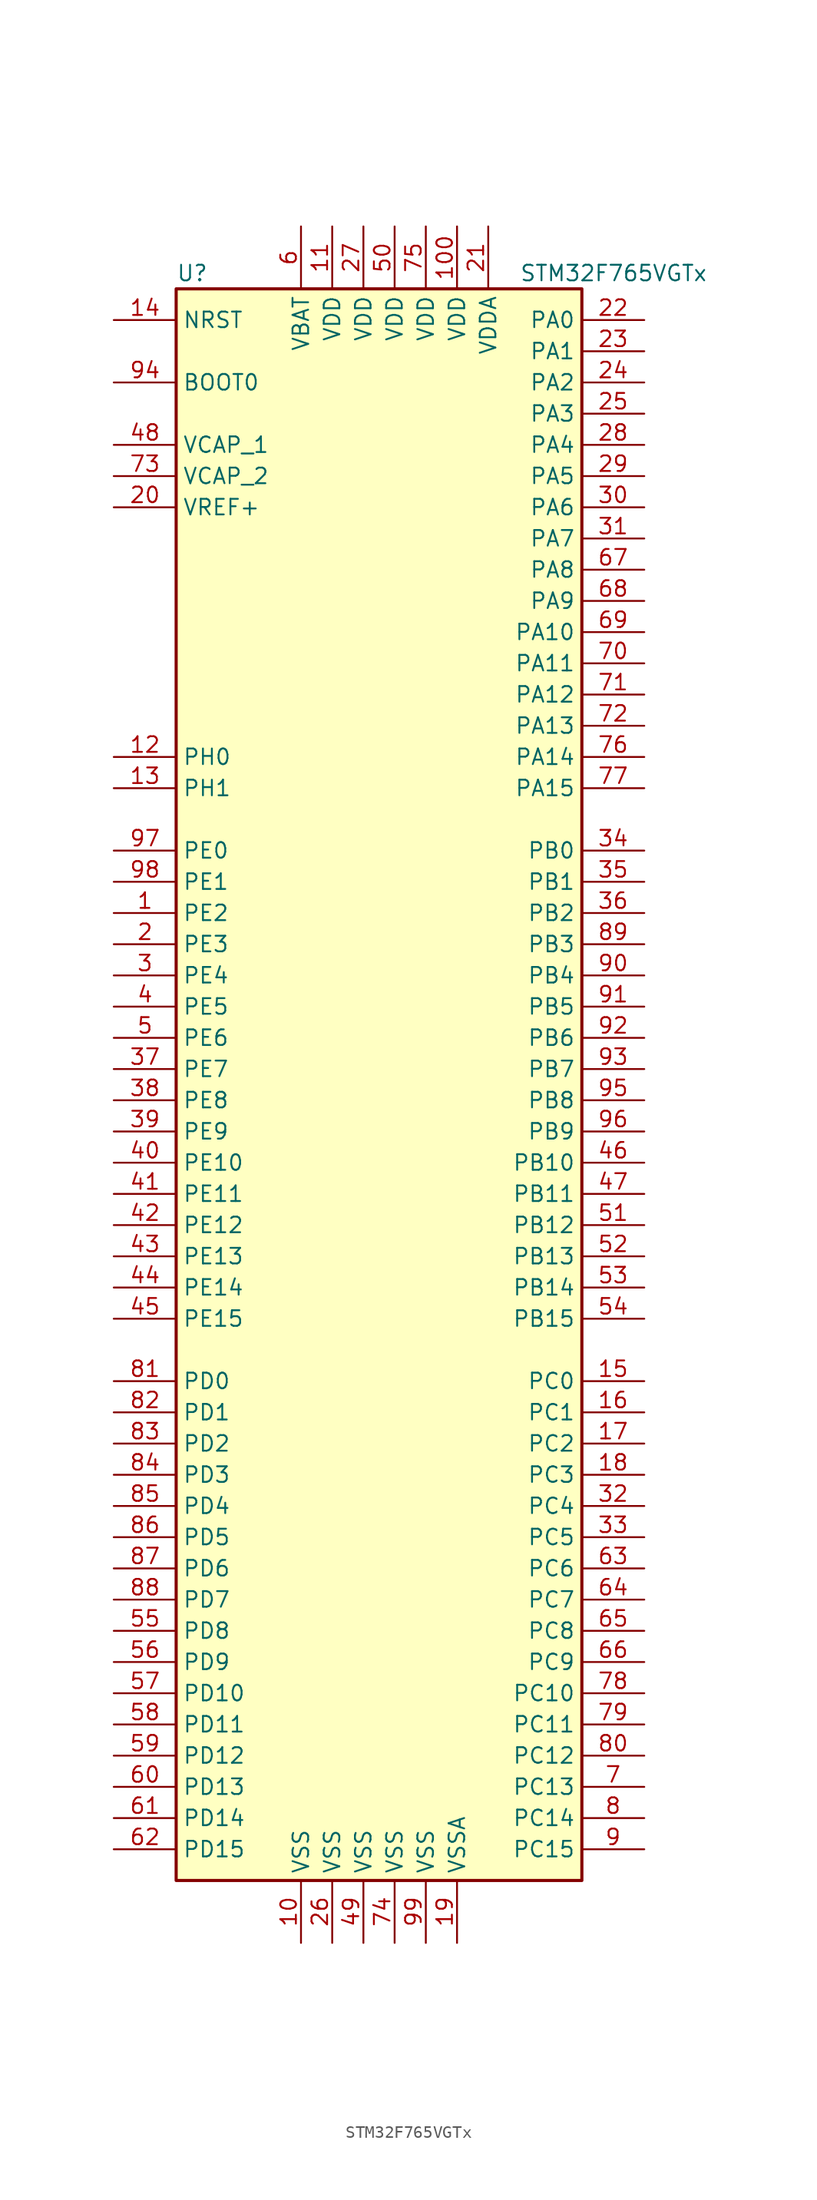
<source format=kicad_sym>
(kicad_symbol_lib
  (version 20201005)
  (generator kicad_symbol_editor)
  (symbol "STM32F765VGTx"
    (property "Reference" "U"
      (at -17.78 64.77 0)
      (effects (font (size 1.27 1.27)) (justify left)))
    (property "Value" "STM32F765VGTx"
      (at 10.16 64.77 0)
      (effects (font (size 1.27 1.27)) (justify left)))
    (symbol "STM32F765VGTx_0_1"
      (rectangle (start -17.78 -66.04) (end 15.24 63.5) (stroke (width 0.254)) (fill (type background))))
    (symbol "STM32F765VGTx_1_1"
      (pin input line (at -22.86 55.88 0) (length 5.08) (name "BOOT0" (effects (font (size 1.27 1.27)))) (number "94" (effects (font (size 1.27 1.27)))))
      (pin input line (at -22.86 60.96 0) (length 5.08) (name "NRST" (effects (font (size 1.27 1.27)))) (number "14" (effects (font (size 1.27 1.27)))))
      (pin bidirectional line (at 20.32 60.96 180) (length 5.08) (name "PA0" (effects (font (size 1.27 1.27)))) (number "22" (effects (font (size 1.27 1.27)))))
      (pin bidirectional line (at 20.32 58.42 180) (length 5.08) (name "PA1" (effects (font (size 1.27 1.27)))) (number "23" (effects (font (size 1.27 1.27)))))
      (pin bidirectional line (at 20.32 35.56 180) (length 5.08) (name "PA10" (effects (font (size 1.27 1.27)))) (number "69" (effects (font (size 1.27 1.27)))))
      (pin bidirectional line (at 20.32 33.02 180) (length 5.08) (name "PA11" (effects (font (size 1.27 1.27)))) (number "70" (effects (font (size 1.27 1.27)))))
      (pin bidirectional line (at 20.32 30.48 180) (length 5.08) (name "PA12" (effects (font (size 1.27 1.27)))) (number "71" (effects (font (size 1.27 1.27)))))
      (pin bidirectional line (at 20.32 27.94 180) (length 5.08) (name "PA13" (effects (font (size 1.27 1.27)))) (number "72" (effects (font (size 1.27 1.27)))))
      (pin bidirectional line (at 20.32 25.4 180) (length 5.08) (name "PA14" (effects (font (size 1.27 1.27)))) (number "76" (effects (font (size 1.27 1.27)))))
      (pin bidirectional line (at 20.32 22.86 180) (length 5.08) (name "PA15" (effects (font (size 1.27 1.27)))) (number "77" (effects (font (size 1.27 1.27)))))
      (pin bidirectional line (at 20.32 55.88 180) (length 5.08) (name "PA2" (effects (font (size 1.27 1.27)))) (number "24" (effects (font (size 1.27 1.27)))))
      (pin bidirectional line (at 20.32 53.34 180) (length 5.08) (name "PA3" (effects (font (size 1.27 1.27)))) (number "25" (effects (font (size 1.27 1.27)))))
      (pin bidirectional line (at 20.32 50.8 180) (length 5.08) (name "PA4" (effects (font (size 1.27 1.27)))) (number "28" (effects (font (size 1.27 1.27)))))
      (pin bidirectional line (at 20.32 48.26 180) (length 5.08) (name "PA5" (effects (font (size 1.27 1.27)))) (number "29" (effects (font (size 1.27 1.27)))))
      (pin bidirectional line (at 20.32 45.72 180) (length 5.08) (name "PA6" (effects (font (size 1.27 1.27)))) (number "30" (effects (font (size 1.27 1.27)))))
      (pin bidirectional line (at 20.32 43.18 180) (length 5.08) (name "PA7" (effects (font (size 1.27 1.27)))) (number "31" (effects (font (size 1.27 1.27)))))
      (pin bidirectional line (at 20.32 40.64 180) (length 5.08) (name "PA8" (effects (font (size 1.27 1.27)))) (number "67" (effects (font (size 1.27 1.27)))))
      (pin bidirectional line (at 20.32 38.1 180) (length 5.08) (name "PA9" (effects (font (size 1.27 1.27)))) (number "68" (effects (font (size 1.27 1.27)))))
      (pin bidirectional line (at 20.32 17.78 180) (length 5.08) (name "PB0" (effects (font (size 1.27 1.27)))) (number "34" (effects (font (size 1.27 1.27)))))
      (pin bidirectional line (at 20.32 15.24 180) (length 5.08) (name "PB1" (effects (font (size 1.27 1.27)))) (number "35" (effects (font (size 1.27 1.27)))))
      (pin bidirectional line (at 20.32 -7.62 180) (length 5.08) (name "PB10" (effects (font (size 1.27 1.27)))) (number "46" (effects (font (size 1.27 1.27)))))
      (pin bidirectional line (at 20.32 -10.16 180) (length 5.08) (name "PB11" (effects (font (size 1.27 1.27)))) (number "47" (effects (font (size 1.27 1.27)))))
      (pin bidirectional line (at 20.32 -12.7 180) (length 5.08) (name "PB12" (effects (font (size 1.27 1.27)))) (number "51" (effects (font (size 1.27 1.27)))))
      (pin bidirectional line (at 20.32 -15.24 180) (length 5.08) (name "PB13" (effects (font (size 1.27 1.27)))) (number "52" (effects (font (size 1.27 1.27)))))
      (pin bidirectional line (at 20.32 -17.78 180) (length 5.08) (name "PB14" (effects (font (size 1.27 1.27)))) (number "53" (effects (font (size 1.27 1.27)))))
      (pin bidirectional line (at 20.32 -20.32 180) (length 5.08) (name "PB15" (effects (font (size 1.27 1.27)))) (number "54" (effects (font (size 1.27 1.27)))))
      (pin bidirectional line (at 20.32 12.7 180) (length 5.08) (name "PB2" (effects (font (size 1.27 1.27)))) (number "36" (effects (font (size 1.27 1.27)))))
      (pin bidirectional line (at 20.32 10.16 180) (length 5.08) (name "PB3" (effects (font (size 1.27 1.27)))) (number "89" (effects (font (size 1.27 1.27)))))
      (pin bidirectional line (at 20.32 7.62 180) (length 5.08) (name "PB4" (effects (font (size 1.27 1.27)))) (number "90" (effects (font (size 1.27 1.27)))))
      (pin bidirectional line (at 20.32 5.08 180) (length 5.08) (name "PB5" (effects (font (size 1.27 1.27)))) (number "91" (effects (font (size 1.27 1.27)))))
      (pin bidirectional line (at 20.32 2.54 180) (length 5.08) (name "PB6" (effects (font (size 1.27 1.27)))) (number "92" (effects (font (size 1.27 1.27)))))
      (pin bidirectional line (at 20.32 0 180) (length 5.08) (name "PB7" (effects (font (size 1.27 1.27)))) (number "93" (effects (font (size 1.27 1.27)))))
      (pin bidirectional line (at 20.32 -2.54 180) (length 5.08) (name "PB8" (effects (font (size 1.27 1.27)))) (number "95" (effects (font (size 1.27 1.27)))))
      (pin bidirectional line (at 20.32 -5.08 180) (length 5.08) (name "PB9" (effects (font (size 1.27 1.27)))) (number "96" (effects (font (size 1.27 1.27)))))
      (pin bidirectional line (at 20.32 -25.4 180) (length 5.08) (name "PC0" (effects (font (size 1.27 1.27)))) (number "15" (effects (font (size 1.27 1.27)))))
      (pin bidirectional line (at 20.32 -27.94 180) (length 5.08) (name "PC1" (effects (font (size 1.27 1.27)))) (number "16" (effects (font (size 1.27 1.27)))))
      (pin bidirectional line (at 20.32 -50.8 180) (length 5.08) (name "PC10" (effects (font (size 1.27 1.27)))) (number "78" (effects (font (size 1.27 1.27)))))
      (pin bidirectional line (at 20.32 -53.34 180) (length 5.08) (name "PC11" (effects (font (size 1.27 1.27)))) (number "79" (effects (font (size 1.27 1.27)))))
      (pin bidirectional line (at 20.32 -55.88 180) (length 5.08) (name "PC12" (effects (font (size 1.27 1.27)))) (number "80" (effects (font (size 1.27 1.27)))))
      (pin bidirectional line (at 20.32 -58.42 180) (length 5.08) (name "PC13" (effects (font (size 1.27 1.27)))) (number "7" (effects (font (size 1.27 1.27)))))
      (pin bidirectional line (at 20.32 -60.96 180) (length 5.08) (name "PC14" (effects (font (size 1.27 1.27)))) (number "8" (effects (font (size 1.27 1.27)))))
      (pin bidirectional line (at 20.32 -63.5 180) (length 5.08) (name "PC15" (effects (font (size 1.27 1.27)))) (number "9" (effects (font (size 1.27 1.27)))))
      (pin bidirectional line (at 20.32 -30.48 180) (length 5.08) (name "PC2" (effects (font (size 1.27 1.27)))) (number "17" (effects (font (size 1.27 1.27)))))
      (pin bidirectional line (at 20.32 -33.02 180) (length 5.08) (name "PC3" (effects (font (size 1.27 1.27)))) (number "18" (effects (font (size 1.27 1.27)))))
      (pin bidirectional line (at 20.32 -35.56 180) (length 5.08) (name "PC4" (effects (font (size 1.27 1.27)))) (number "32" (effects (font (size 1.27 1.27)))))
      (pin bidirectional line (at 20.32 -38.1 180) (length 5.08) (name "PC5" (effects (font (size 1.27 1.27)))) (number "33" (effects (font (size 1.27 1.27)))))
      (pin bidirectional line (at 20.32 -40.64 180) (length 5.08) (name "PC6" (effects (font (size 1.27 1.27)))) (number "63" (effects (font (size 1.27 1.27)))))
      (pin bidirectional line (at 20.32 -43.18 180) (length 5.08) (name "PC7" (effects (font (size 1.27 1.27)))) (number "64" (effects (font (size 1.27 1.27)))))
      (pin bidirectional line (at 20.32 -45.72 180) (length 5.08) (name "PC8" (effects (font (size 1.27 1.27)))) (number "65" (effects (font (size 1.27 1.27)))))
      (pin bidirectional line (at 20.32 -48.26 180) (length 5.08) (name "PC9" (effects (font (size 1.27 1.27)))) (number "66" (effects (font (size 1.27 1.27)))))
      (pin bidirectional line (at -22.86 -25.4 0) (length 5.08) (name "PD0" (effects (font (size 1.27 1.27)))) (number "81" (effects (font (size 1.27 1.27)))))
      (pin bidirectional line (at -22.86 -27.94 0) (length 5.08) (name "PD1" (effects (font (size 1.27 1.27)))) (number "82" (effects (font (size 1.27 1.27)))))
      (pin bidirectional line (at -22.86 -50.8 0) (length 5.08) (name "PD10" (effects (font (size 1.27 1.27)))) (number "57" (effects (font (size 1.27 1.27)))))
      (pin bidirectional line (at -22.86 -53.34 0) (length 5.08) (name "PD11" (effects (font (size 1.27 1.27)))) (number "58" (effects (font (size 1.27 1.27)))))
      (pin bidirectional line (at -22.86 -55.88 0) (length 5.08) (name "PD12" (effects (font (size 1.27 1.27)))) (number "59" (effects (font (size 1.27 1.27)))))
      (pin bidirectional line (at -22.86 -58.42 0) (length 5.08) (name "PD13" (effects (font (size 1.27 1.27)))) (number "60" (effects (font (size 1.27 1.27)))))
      (pin bidirectional line (at -22.86 -60.96 0) (length 5.08) (name "PD14" (effects (font (size 1.27 1.27)))) (number "61" (effects (font (size 1.27 1.27)))))
      (pin bidirectional line (at -22.86 -63.5 0) (length 5.08) (name "PD15" (effects (font (size 1.27 1.27)))) (number "62" (effects (font (size 1.27 1.27)))))
      (pin bidirectional line (at -22.86 -30.48 0) (length 5.08) (name "PD2" (effects (font (size 1.27 1.27)))) (number "83" (effects (font (size 1.27 1.27)))))
      (pin bidirectional line (at -22.86 -33.02 0) (length 5.08) (name "PD3" (effects (font (size 1.27 1.27)))) (number "84" (effects (font (size 1.27 1.27)))))
      (pin bidirectional line (at -22.86 -35.56 0) (length 5.08) (name "PD4" (effects (font (size 1.27 1.27)))) (number "85" (effects (font (size 1.27 1.27)))))
      (pin bidirectional line (at -22.86 -38.1 0) (length 5.08) (name "PD5" (effects (font (size 1.27 1.27)))) (number "86" (effects (font (size 1.27 1.27)))))
      (pin bidirectional line (at -22.86 -40.64 0) (length 5.08) (name "PD6" (effects (font (size 1.27 1.27)))) (number "87" (effects (font (size 1.27 1.27)))))
      (pin bidirectional line (at -22.86 -43.18 0) (length 5.08) (name "PD7" (effects (font (size 1.27 1.27)))) (number "88" (effects (font (size 1.27 1.27)))))
      (pin bidirectional line (at -22.86 -45.72 0) (length 5.08) (name "PD8" (effects (font (size 1.27 1.27)))) (number "55" (effects (font (size 1.27 1.27)))))
      (pin bidirectional line (at -22.86 -48.26 0) (length 5.08) (name "PD9" (effects (font (size 1.27 1.27)))) (number "56" (effects (font (size 1.27 1.27)))))
      (pin bidirectional line (at -22.86 17.78 0) (length 5.08) (name "PE0" (effects (font (size 1.27 1.27)))) (number "97" (effects (font (size 1.27 1.27)))))
      (pin bidirectional line (at -22.86 15.24 0) (length 5.08) (name "PE1" (effects (font (size 1.27 1.27)))) (number "98" (effects (font (size 1.27 1.27)))))
      (pin bidirectional line (at -22.86 -7.62 0) (length 5.08) (name "PE10" (effects (font (size 1.27 1.27)))) (number "40" (effects (font (size 1.27 1.27)))))
      (pin bidirectional line (at -22.86 -10.16 0) (length 5.08) (name "PE11" (effects (font (size 1.27 1.27)))) (number "41" (effects (font (size 1.27 1.27)))))
      (pin bidirectional line (at -22.86 -12.7 0) (length 5.08) (name "PE12" (effects (font (size 1.27 1.27)))) (number "42" (effects (font (size 1.27 1.27)))))
      (pin bidirectional line (at -22.86 -15.24 0) (length 5.08) (name "PE13" (effects (font (size 1.27 1.27)))) (number "43" (effects (font (size 1.27 1.27)))))
      (pin bidirectional line (at -22.86 -17.78 0) (length 5.08) (name "PE14" (effects (font (size 1.27 1.27)))) (number "44" (effects (font (size 1.27 1.27)))))
      (pin bidirectional line (at -22.86 -20.32 0) (length 5.08) (name "PE15" (effects (font (size 1.27 1.27)))) (number "45" (effects (font (size 1.27 1.27)))))
      (pin bidirectional line (at -22.86 12.7 0) (length 5.08) (name "PE2" (effects (font (size 1.27 1.27)))) (number "1" (effects (font (size 1.27 1.27)))))
      (pin bidirectional line (at -22.86 10.16 0) (length 5.08) (name "PE3" (effects (font (size 1.27 1.27)))) (number "2" (effects (font (size 1.27 1.27)))))
      (pin bidirectional line (at -22.86 7.62 0) (length 5.08) (name "PE4" (effects (font (size 1.27 1.27)))) (number "3" (effects (font (size 1.27 1.27)))))
      (pin bidirectional line (at -22.86 5.08 0) (length 5.08) (name "PE5" (effects (font (size 1.27 1.27)))) (number "4" (effects (font (size 1.27 1.27)))))
      (pin bidirectional line (at -22.86 2.54 0) (length 5.08) (name "PE6" (effects (font (size 1.27 1.27)))) (number "5" (effects (font (size 1.27 1.27)))))
      (pin bidirectional line (at -22.86 0 0) (length 5.08) (name "PE7" (effects (font (size 1.27 1.27)))) (number "37" (effects (font (size 1.27 1.27)))))
      (pin bidirectional line (at -22.86 -2.54 0) (length 5.08) (name "PE8" (effects (font (size 1.27 1.27)))) (number "38" (effects (font (size 1.27 1.27)))))
      (pin bidirectional line (at -22.86 -5.08 0) (length 5.08) (name "PE9" (effects (font (size 1.27 1.27)))) (number "39" (effects (font (size 1.27 1.27)))))
      (pin input line (at -22.86 25.4 0) (length 5.08) (name "PH0" (effects (font (size 1.27 1.27)))) (number "12" (effects (font (size 1.27 1.27)))))
      (pin input line (at -22.86 22.86 0) (length 5.08) (name "PH1" (effects (font (size 1.27 1.27)))) (number "13" (effects (font (size 1.27 1.27)))))
      (pin power_in line (at -7.62 68.58 270) (length 5.08) (name "VBAT" (effects (font (size 1.27 1.27)))) (number "6" (effects (font (size 1.27 1.27)))))
      (pin power_in line (at -22.86 50.8 0) (length 5.08) (name "VCAP_1" (effects (font (size 1.27 1.27)))) (number "48" (effects (font (size 1.27 1.27)))))
      (pin power_in line (at -22.86 48.26 0) (length 5.08) (name "VCAP_2" (effects (font (size 1.27 1.27)))) (number "73" (effects (font (size 1.27 1.27)))))
      (pin power_in line (at 5.08 68.58 270) (length 5.08) (name "VDD" (effects (font (size 1.27 1.27)))) (number "100" (effects (font (size 1.27 1.27)))))
      (pin power_in line (at -5.08 68.58 270) (length 5.08) (name "VDD" (effects (font (size 1.27 1.27)))) (number "11" (effects (font (size 1.27 1.27)))))
      (pin power_in line (at -2.54 68.58 270) (length 5.08) (name "VDD" (effects (font (size 1.27 1.27)))) (number "27" (effects (font (size 1.27 1.27)))))
      (pin power_in line (at 0 68.58 270) (length 5.08) (name "VDD" (effects (font (size 1.27 1.27)))) (number "50" (effects (font (size 1.27 1.27)))))
      (pin power_in line (at 2.54 68.58 270) (length 5.08) (name "VDD" (effects (font (size 1.27 1.27)))) (number "75" (effects (font (size 1.27 1.27)))))
      (pin power_in line (at 7.62 68.58 270) (length 5.08) (name "VDDA" (effects (font (size 1.27 1.27)))) (number "21" (effects (font (size 1.27 1.27)))))
      (pin power_in line (at -22.86 45.72 0) (length 5.08) (name "VREF+" (effects (font (size 1.27 1.27)))) (number "20" (effects (font (size 1.27 1.27)))))
      (pin power_in line (at -7.62 -71.12 90) (length 5.08) (name "VSS" (effects (font (size 1.27 1.27)))) (number "10" (effects (font (size 1.27 1.27)))))
      (pin power_in line (at -5.08 -71.12 90) (length 5.08) (name "VSS" (effects (font (size 1.27 1.27)))) (number "26" (effects (font (size 1.27 1.27)))))
      (pin power_in line (at -2.54 -71.12 90) (length 5.08) (name "VSS" (effects (font (size 1.27 1.27)))) (number "49" (effects (font (size 1.27 1.27)))))
      (pin power_in line (at 0 -71.12 90) (length 5.08) (name "VSS" (effects (font (size 1.27 1.27)))) (number "74" (effects (font (size 1.27 1.27)))))
      (pin power_in line (at 2.54 -71.12 90) (length 5.08) (name "VSS" (effects (font (size 1.27 1.27)))) (number "99" (effects (font (size 1.27 1.27)))))
      (pin power_in line (at 5.08 -71.12 90) (length 5.08) (name "VSSA" (effects (font (size 1.27 1.27)))) (number "19" (effects (font (size 1.27 1.27))))))))
</source>
